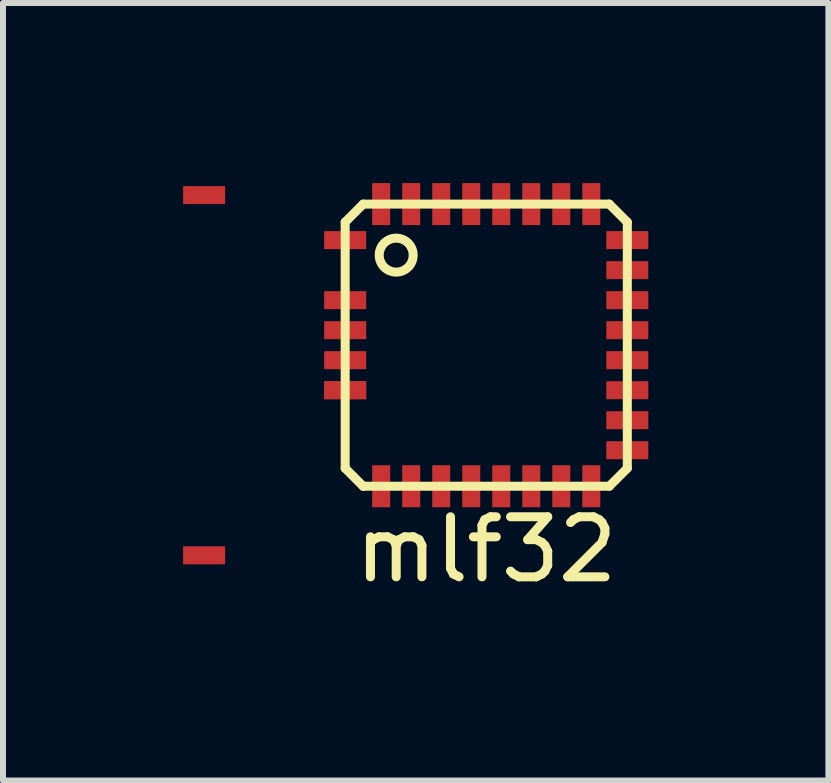
<source format=kicad_pcb>
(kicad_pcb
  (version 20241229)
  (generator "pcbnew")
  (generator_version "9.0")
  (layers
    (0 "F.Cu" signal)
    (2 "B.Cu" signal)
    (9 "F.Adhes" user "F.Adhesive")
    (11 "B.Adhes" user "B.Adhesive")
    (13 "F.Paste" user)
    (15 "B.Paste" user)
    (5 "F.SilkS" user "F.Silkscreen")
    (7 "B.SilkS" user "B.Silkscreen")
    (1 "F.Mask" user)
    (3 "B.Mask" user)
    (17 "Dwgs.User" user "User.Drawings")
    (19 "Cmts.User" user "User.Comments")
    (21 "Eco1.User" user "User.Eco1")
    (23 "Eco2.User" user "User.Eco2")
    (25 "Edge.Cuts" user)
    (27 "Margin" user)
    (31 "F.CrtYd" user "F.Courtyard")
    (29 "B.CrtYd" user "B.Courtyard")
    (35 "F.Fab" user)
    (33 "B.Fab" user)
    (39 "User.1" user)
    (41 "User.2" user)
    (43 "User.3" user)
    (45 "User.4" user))
  (footprint "mlf32"
    (layer "F.Cu")
    (at 5.05 2.7)
    (property "Reference" "mlf32" (at 0 3.404 0) (layer "F.SilkS") (effects (font (size 1 1) (thickness 0.15))))
    (attr through_hole)
    (fp_line (start -2.35 -2.05) (end -2.35 2.05) (stroke (width 0.15) (type solid)) (layer "F.SilkS"))
    (fp_line (start -2.35 -2.05) (end -2.05 -2.35) (stroke (width 0.15) (type solid)) (layer "F.SilkS"))
    (fp_line (start -2.35 2.05) (end -2.05 2.35) (stroke (width 0.15) (type solid)) (layer "F.SilkS"))
    (fp_line (start -2.05 -2.35) (end 2.05 -2.35) (stroke (width 0.15) (type solid)) (layer "F.SilkS"))
    (fp_line (start -2.05 2.35) (end 2.05 2.35) (stroke (width 0.15) (type solid)) (layer "F.SilkS"))
    (fp_line (start 2.05 -2.35) (end 2.35 -2.05) (stroke (width 0.15) (type solid)) (layer "F.SilkS"))
    (fp_line (start 2.35 -2.05) (end 2.35 2.05) (stroke (width 0.15) (type solid)) (layer "F.SilkS"))
    (fp_line (start 2.35 2.05) (end 2.05 2.35) (stroke (width 0.15) (type solid)) (layer "F.SilkS"))
    (fp_circle (center -1.5 -1.5) (end -1.7 -1.7) (stroke (width 0.15) (type solid)) (fill no) (layer "F.SilkS"))
    (pad "1" smd rect (at -2.35 -1.75) (size 0.7 0.3) (layers "F.Cu" "F.Mask" "F.Paste"))
    (pad "2" smd rect (at -4.7 -2.5) (size 0.7 0.3) (layers "F.Cu" "F.Mask" "F.Paste"))
    (pad "3" smd rect (at -2.35 -0.75) (size 0.7 0.3) (layers "F.Cu" "F.Mask" "F.Paste"))
    (pad "4" smd rect (at -2.35 -0.25) (size 0.7 0.3) (layers "F.Cu" "F.Mask" "F.Paste"))
    (pad "5" smd rect (at -2.35 0.25) (size 0.7 0.3) (layers "F.Cu" "F.Mask" "F.Paste"))
    (pad "6" smd rect (at -2.35 0.75) (size 0.7 0.3) (layers "F.Cu" "F.Mask" "F.Paste"))
    (pad "7" smd rect (at -2.35 0.75) (size 0.7 0.3) (layers "F.Cu" "F.Mask" "F.Paste"))
    (pad "8" smd rect (at -4.7 3.5) (size 0.7 0.3) (layers "F.Cu" "F.Mask" "F.Paste"))
    (pad "9" smd rect (at -1.75 2.35 90) (size 0.7 0.3) (layers "F.Cu" "F.Mask" "F.Paste"))
    (pad "10" smd rect (at -1.25 2.35 90) (size 0.7 0.3) (layers "F.Cu" "F.Mask" "F.Paste"))
    (pad "11" smd rect (at -0.75 2.35 90) (size 0.7 0.3) (layers "F.Cu" "F.Mask" "F.Paste"))
    (pad "12" smd rect (at -0.25 2.35 90) (size 0.7 0.3) (layers "F.Cu" "F.Mask" "F.Paste"))
    (pad "13" smd rect (at 0.25 2.35 90) (size 0.7 0.3) (layers "F.Cu" "F.Mask" "F.Paste"))
    (pad "14" smd rect (at 0.75 2.35 90) (size 0.7 0.3) (layers "F.Cu" "F.Mask" "F.Paste"))
    (pad "15" smd rect (at 1.25 2.35 90) (size 0.7 0.3) (layers "F.Cu" "F.Mask" "F.Paste"))
    (pad "16" smd rect (at 1.75 2.35 90) (size 0.7 0.3) (layers "F.Cu" "F.Mask" "F.Paste"))
    (pad "17" smd rect (at 2.35 1.75) (size 0.7 0.3) (layers "F.Cu" "F.Mask" "F.Paste"))
    (pad "18" smd rect (at 2.35 1.25) (size 0.7 0.3) (layers "F.Cu" "F.Mask" "F.Paste"))
    (pad "19" smd rect (at 2.35 0.75) (size 0.7 0.3) (layers "F.Cu" "F.Mask" "F.Paste"))
    (pad "20" smd rect (at 2.35 0.25) (size 0.7 0.3) (layers "F.Cu" "F.Mask" "F.Paste"))
    (pad "21" smd rect (at 2.35 -0.25) (size 0.7 0.3) (layers "F.Cu" "F.Mask" "F.Paste"))
    (pad "22" smd rect (at 2.35 -0.75) (size 0.7 0.3) (layers "F.Cu" "F.Mask" "F.Paste"))
    (pad "23" smd rect (at 2.35 -1.25) (size 0.7 0.3) (layers "F.Cu" "F.Mask" "F.Paste"))
    (pad "24" smd rect (at 2.35 -1.75) (size 0.7 0.3) (layers "F.Cu" "F.Mask" "F.Paste"))
    (pad "25" smd rect (at 1.75 -2.35 90) (size 0.7 0.3) (layers "F.Cu" "F.Mask" "F.Paste"))
    (pad "26" smd rect (at 1.25 -2.35 90) (size 0.7 0.3) (layers "F.Cu" "F.Mask" "F.Paste"))
    (pad "27" smd rect (at 0.75 -2.35 90) (size 0.7 0.3) (layers "F.Cu" "F.Mask" "F.Paste"))
    (pad "28" smd rect (at 0.25 -2.35 90) (size 0.7 0.3) (layers "F.Cu" "F.Mask" "F.Paste"))
    (pad "29" smd rect (at -0.25 -2.35 90) (size 0.7 0.3) (layers "F.Cu" "F.Mask" "F.Paste"))
    (pad "30" smd rect (at -0.75 -2.35 90) (size 0.7 0.3) (layers "F.Cu" "F.Mask" "F.Paste"))
    (pad "31" smd rect (at -1.25 -2.35 90) (size 0.7 0.3) (layers "F.Cu" "F.Mask" "F.Paste"))
    (pad "32" smd rect (at -1.75 -2.35 90) (size 0.7 0.3) (layers "F.Cu" "F.Mask" "F.Paste")))
  (gr_rect
    (start -3 -3)
    (end 10.75 9.952)
    (stroke (width 0.1) (type default))
    (fill no)
    (layer "Edge.Cuts")))
</source>
